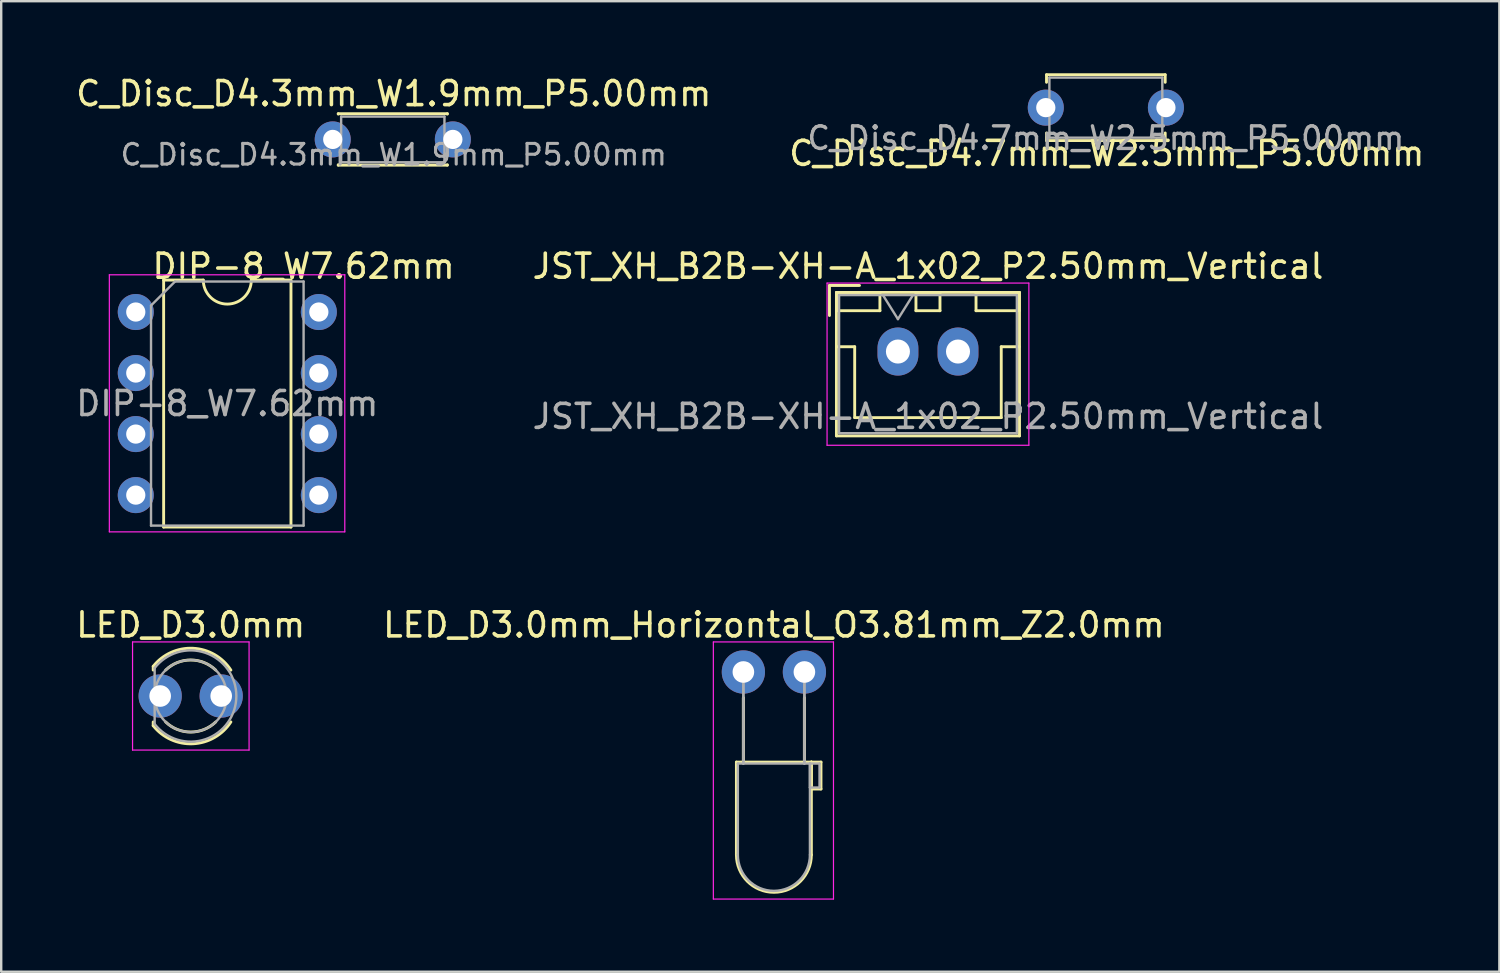
<source format=kicad_pcb>
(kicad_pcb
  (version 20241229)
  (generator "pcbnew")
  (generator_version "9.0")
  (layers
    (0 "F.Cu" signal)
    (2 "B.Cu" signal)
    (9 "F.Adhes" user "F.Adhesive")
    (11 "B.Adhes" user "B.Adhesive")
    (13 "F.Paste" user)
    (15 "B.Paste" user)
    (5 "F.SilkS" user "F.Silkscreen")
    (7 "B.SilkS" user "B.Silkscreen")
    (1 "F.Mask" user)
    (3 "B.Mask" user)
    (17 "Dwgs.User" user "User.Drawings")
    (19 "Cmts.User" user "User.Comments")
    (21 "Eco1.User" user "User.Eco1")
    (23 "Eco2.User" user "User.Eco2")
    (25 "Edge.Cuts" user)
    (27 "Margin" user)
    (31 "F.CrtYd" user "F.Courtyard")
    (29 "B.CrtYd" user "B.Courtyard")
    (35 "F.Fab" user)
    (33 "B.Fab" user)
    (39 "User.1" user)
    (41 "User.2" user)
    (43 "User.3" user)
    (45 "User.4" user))
  (footprint "DIP-8_W7.62mm"
    (layer "F.Cu")
    (at 2.601 9.937)
    (property "Reference" "DIP-8_W7.62mm" (at 6.985 -1.905 0) (layer "F.SilkS") (effects (font (size 1 1) (thickness 0.15))))
    (attr through_hole)
    (fp_line (start 1.16 -1.33) (end 1.16 8.95) (stroke (width 0.12) (type solid)) (layer "F.SilkS"))
    (fp_line (start 1.16 8.95) (end 6.46 8.95) (stroke (width 0.12) (type solid)) (layer "F.SilkS"))
    (fp_line (start 2.81 -1.33) (end 1.16 -1.33) (stroke (width 0.12) (type solid)) (layer "F.SilkS"))
    (fp_line (start 6.46 -1.33) (end 4.81 -1.33) (stroke (width 0.12) (type solid)) (layer "F.SilkS"))
    (fp_line (start 6.46 8.95) (end 6.46 -1.33) (stroke (width 0.12) (type solid)) (layer "F.SilkS"))
    (fp_arc (start 4.81 -1.33) (mid 3.81 -0.33) (end 2.81 -1.33) (stroke (width 0.12) (type solid)) (layer "F.SilkS"))
    (fp_line (start -1.1 -1.55) (end -1.1 9.15) (stroke (width 0.05) (type solid)) (layer "F.CrtYd"))
    (fp_line (start -1.1 9.15) (end 8.7 9.15) (stroke (width 0.05) (type solid)) (layer "F.CrtYd"))
    (fp_line (start 8.7 -1.55) (end -1.1 -1.55) (stroke (width 0.05) (type solid)) (layer "F.CrtYd"))
    (fp_line (start 8.7 9.15) (end 8.7 -1.55) (stroke (width 0.05) (type solid)) (layer "F.CrtYd"))
    (fp_line (start 0.635 -0.27) (end 1.635 -1.27) (stroke (width 0.1) (type solid)) (layer "F.Fab"))
    (fp_line (start 0.635 8.89) (end 0.635 -0.27) (stroke (width 0.1) (type solid)) (layer "F.Fab"))
    (fp_line (start 1.635 -1.27) (end 6.985 -1.27) (stroke (width 0.1) (type solid)) (layer "F.Fab"))
    (fp_line (start 6.985 -1.27) (end 6.985 8.89) (stroke (width 0.1) (type solid)) (layer "F.Fab"))
    (fp_line (start 6.985 8.89) (end 0.635 8.89) (stroke (width 0.1) (type solid)) (layer "F.Fab"))
    (fp_text user "${REFERENCE}" (at 3.81 3.81 0) (layer "F.Fab") (effects (font (size 1 1) (thickness 0.15))))
    (pad "1" thru_hole circle (at 0 0) (size 1.5 1.5) (drill 0.8) (layers "*.Cu" "*.Mask"))
    (pad "2" thru_hole circle (at 0 2.54) (size 1.5 1.5) (drill 0.8) (layers "*.Cu" "*.Mask"))
    (pad "3" thru_hole circle (at 0 5.08) (size 1.5 1.5) (drill 0.8) (layers "*.Cu" "*.Mask"))
    (pad "4" thru_hole circle (at 0 7.62) (size 1.5 1.5) (drill 0.8) (layers "*.Cu" "*.Mask"))
    (pad "5" thru_hole circle (at 7.62 7.62) (size 1.5 1.5) (drill 0.8) (layers "*.Cu" "*.Mask"))
    (pad "6" thru_hole circle (at 7.62 5.08) (size 1.5 1.5) (drill 0.8) (layers "*.Cu" "*.Mask"))
    (pad "7" thru_hole circle (at 7.62 2.54) (size 1.5 1.5) (drill 0.8) (layers "*.Cu" "*.Mask"))
    (pad "8" thru_hole circle (at 7.62 0) (size 1.5 1.5) (drill 0.8) (layers "*.Cu" "*.Mask")))
  (footprint "C_Disc_D4.7mm_W2.5mm_P5.00mm"
    (layer "F.Cu")
    (at 40.478 1.43)
    (property "Reference" "C_Disc_D4.7mm_W2.5mm_P5.00mm" (at 2.54 1.905 180) (layer "F.SilkS") (effects (font (size 1 1) (thickness 0.15))))
    (attr through_hole)
    (fp_line (start 0.03 -1.37) (end 0.03 -1.055) (stroke (width 0.12) (type solid)) (layer "F.SilkS"))
    (fp_line (start 0.03 -1.37) (end 4.97 -1.37) (stroke (width 0.12) (type solid)) (layer "F.SilkS"))
    (fp_line (start 0.03 1.055) (end 0.03 1.37) (stroke (width 0.12) (type solid)) (layer "F.SilkS"))
    (fp_line (start 0.03 1.37) (end 4.97 1.37) (stroke (width 0.12) (type solid)) (layer "F.SilkS"))
    (fp_line (start 4.97 -1.37) (end 4.97 -1.055) (stroke (width 0.12) (type solid)) (layer "F.SilkS"))
    (fp_line (start 4.97 1.055) (end 4.97 1.37) (stroke (width 0.12) (type solid)) (layer "F.SilkS"))
    (fp_line (start 0.15 -1.25) (end 0.15 1.25) (stroke (width 0.1) (type solid)) (layer "F.Fab"))
    (fp_line (start 0.15 1.25) (end 4.85 1.25) (stroke (width 0.1) (type solid)) (layer "F.Fab"))
    (fp_line (start 4.85 -1.25) (end 0.15 -1.25) (stroke (width 0.1) (type solid)) (layer "F.Fab"))
    (fp_line (start 4.85 1.25) (end 4.85 -1.25) (stroke (width 0.1) (type solid)) (layer "F.Fab"))
    (fp_text user "${REFERENCE}" (at 2.5 1.27 0) (layer "F.Fab") (effects (font (size 0.94 0.94) (thickness 0.141))))
    (pad "1" thru_hole circle (at 0 0) (size 1.5 1.5) (drill 0.8) (layers "*.Cu" "*.Mask"))
    (pad "2" thru_hole circle (at 5 0) (size 1.5 1.5) (drill 0.8) (layers "*.Cu" "*.Mask")))
  (footprint "LED_D3.0mm_Horizontal_O3.81mm_Z2.0mm"
    (layer "F.Cu")
    (at 27.891 24.92)
    (property "Reference" "LED_D3.0mm_Horizontal_O3.81mm_Z2.0mm" (at 1.27 -1.96 0) (layer "F.SilkS") (effects (font (size 1 1) (thickness 0.15))))
    (attr through_hole)
    (fp_line (start -0.29 3.75) (end -0.29 7.61) (stroke (width 0.12) (type solid)) (layer "F.SilkS"))
    (fp_line (start -0.29 3.75) (end 2.83 3.75) (stroke (width 0.12) (type solid)) (layer "F.SilkS"))
    (fp_line (start 0 1.08) (end 0 1.08) (stroke (width 0.12) (type solid)) (layer "F.SilkS"))
    (fp_line (start 0 1.08) (end 0 3.75) (stroke (width 0.12) (type solid)) (layer "F.SilkS"))
    (fp_line (start 0 3.75) (end 0 1.08) (stroke (width 0.12) (type solid)) (layer "F.SilkS"))
    (fp_line (start 0 3.75) (end 0 3.75) (stroke (width 0.12) (type solid)) (layer "F.SilkS"))
    (fp_line (start 2.54 1.08) (end 2.54 1.08) (stroke (width 0.12) (type solid)) (layer "F.SilkS"))
    (fp_line (start 2.54 1.08) (end 2.54 3.75) (stroke (width 0.12) (type solid)) (layer "F.SilkS"))
    (fp_line (start 2.54 3.75) (end 2.54 1.08) (stroke (width 0.12) (type solid)) (layer "F.SilkS"))
    (fp_line (start 2.54 3.75) (end 2.54 3.75) (stroke (width 0.12) (type solid)) (layer "F.SilkS"))
    (fp_line (start 2.83 3.75) (end 2.83 7.61) (stroke (width 0.12) (type solid)) (layer "F.SilkS"))
    (fp_line (start 2.83 3.75) (end 3.23 3.75) (stroke (width 0.12) (type solid)) (layer "F.SilkS"))
    (fp_line (start 2.83 4.87) (end 2.83 3.75) (stroke (width 0.12) (type solid)) (layer "F.SilkS"))
    (fp_line (start 3.23 3.75) (end 3.23 4.87) (stroke (width 0.12) (type solid)) (layer "F.SilkS"))
    (fp_line (start 3.23 4.87) (end 2.83 4.87) (stroke (width 0.12) (type solid)) (layer "F.SilkS"))
    (fp_arc (start 2.83 7.61) (mid 1.27 9.17) (end -0.29 7.61) (stroke (width 0.12) (type solid)) (layer "F.SilkS"))
    (fp_line (start -1.25 -1.25) (end -1.25 9.45) (stroke (width 0.05) (type solid)) (layer "F.CrtYd"))
    (fp_line (start -1.25 9.45) (end 3.75 9.45) (stroke (width 0.05) (type solid)) (layer "F.CrtYd"))
    (fp_line (start 3.75 -1.25) (end -1.25 -1.25) (stroke (width 0.05) (type solid)) (layer "F.CrtYd"))
    (fp_line (start 3.75 9.45) (end 3.75 -1.25) (stroke (width 0.05) (type solid)) (layer "F.CrtYd"))
    (fp_line (start -0.23 3.81) (end -0.23 7.61) (stroke (width 0.1) (type solid)) (layer "F.Fab"))
    (fp_line (start -0.23 3.81) (end 2.77 3.81) (stroke (width 0.1) (type solid)) (layer "F.Fab"))
    (fp_line (start 0 0) (end 0 0) (stroke (width 0.1) (type solid)) (layer "F.Fab"))
    (fp_line (start 0 0) (end 0 3.81) (stroke (width 0.1) (type solid)) (layer "F.Fab"))
    (fp_line (start 0 3.81) (end 0 0) (stroke (width 0.1) (type solid)) (layer "F.Fab"))
    (fp_line (start 0 3.81) (end 0 3.81) (stroke (width 0.1) (type solid)) (layer "F.Fab"))
    (fp_line (start 2.54 0) (end 2.54 0) (stroke (width 0.1) (type solid)) (layer "F.Fab"))
    (fp_line (start 2.54 0) (end 2.54 3.81) (stroke (width 0.1) (type solid)) (layer "F.Fab"))
    (fp_line (start 2.54 3.81) (end 2.54 0) (stroke (width 0.1) (type solid)) (layer "F.Fab"))
    (fp_line (start 2.54 3.81) (end 2.54 3.81) (stroke (width 0.1) (type solid)) (layer "F.Fab"))
    (fp_line (start 2.77 3.81) (end 2.77 7.61) (stroke (width 0.1) (type solid)) (layer "F.Fab"))
    (fp_line (start 2.77 3.81) (end 3.17 3.81) (stroke (width 0.1) (type solid)) (layer "F.Fab"))
    (fp_line (start 2.77 4.81) (end 2.77 3.81) (stroke (width 0.1) (type solid)) (layer "F.Fab"))
    (fp_line (start 3.17 3.81) (end 3.17 4.81) (stroke (width 0.1) (type solid)) (layer "F.Fab"))
    (fp_line (start 3.17 4.81) (end 2.77 4.81) (stroke (width 0.1) (type solid)) (layer "F.Fab"))
    (fp_arc (start 2.77 7.61) (mid 1.27 9.11) (end -0.23 7.61) (stroke (width 0.1) (type solid)) (layer "F.Fab"))
    (pad "1" thru_hole circle (at 0 0) (size 1.8 1.8) (drill 0.9) (layers "*.Cu" "*.Mask"))
    (pad "2" thru_hole circle (at 2.54 0) (size 1.8 1.8) (drill 0.9) (layers "*.Cu" "*.Mask")))
  (footprint "JST_XH_B2B-XH-A_1x02_P2.50mm_Vertical"
    (layer "F.Cu")
    (at 34.324 11.582)
    (property "Reference" "JST_XH_B2B-XH-A_1x02_P2.50mm_Vertical" (at 1.25 -3.55 0) (layer "F.SilkS") (effects (font (size 1 1) (thickness 0.15))))
    (attr through_hole)
    (fp_line (start -2.85 -2.75) (end -2.85 -1.5) (stroke (width 0.12) (type solid)) (layer "F.SilkS"))
    (fp_line (start -2.56 -2.46) (end -2.56 3.51) (stroke (width 0.12) (type solid)) (layer "F.SilkS"))
    (fp_line (start -2.56 3.51) (end 5.06 3.51) (stroke (width 0.12) (type solid)) (layer "F.SilkS"))
    (fp_line (start -2.55 -2.45) (end -2.55 -1.7) (stroke (width 0.12) (type solid)) (layer "F.SilkS"))
    (fp_line (start -2.55 -1.7) (end -0.75 -1.7) (stroke (width 0.12) (type solid)) (layer "F.SilkS"))
    (fp_line (start -2.55 -0.2) (end -1.8 -0.2) (stroke (width 0.12) (type solid)) (layer "F.SilkS"))
    (fp_line (start -1.8 -0.2) (end -1.8 2.75) (stroke (width 0.12) (type solid)) (layer "F.SilkS"))
    (fp_line (start -1.8 2.75) (end 1.25 2.75) (stroke (width 0.12) (type solid)) (layer "F.SilkS"))
    (fp_line (start -1.6 -2.75) (end -2.85 -2.75) (stroke (width 0.12) (type solid)) (layer "F.SilkS"))
    (fp_line (start -0.75 -2.45) (end -2.55 -2.45) (stroke (width 0.12) (type solid)) (layer "F.SilkS"))
    (fp_line (start -0.75 -1.7) (end -0.75 -2.45) (stroke (width 0.12) (type solid)) (layer "F.SilkS"))
    (fp_line (start 0.75 -2.45) (end 0.75 -1.7) (stroke (width 0.12) (type solid)) (layer "F.SilkS"))
    (fp_line (start 0.75 -1.7) (end 1.75 -1.7) (stroke (width 0.12) (type solid)) (layer "F.SilkS"))
    (fp_line (start 1.75 -2.45) (end 0.75 -2.45) (stroke (width 0.12) (type solid)) (layer "F.SilkS"))
    (fp_line (start 1.75 -1.7) (end 1.75 -2.45) (stroke (width 0.12) (type solid)) (layer "F.SilkS"))
    (fp_line (start 3.25 -2.45) (end 3.25 -1.7) (stroke (width 0.12) (type solid)) (layer "F.SilkS"))
    (fp_line (start 3.25 -1.7) (end 5.05 -1.7) (stroke (width 0.12) (type solid)) (layer "F.SilkS"))
    (fp_line (start 4.3 -0.2) (end 4.3 2.75) (stroke (width 0.12) (type solid)) (layer "F.SilkS"))
    (fp_line (start 4.3 2.75) (end 1.25 2.75) (stroke (width 0.12) (type solid)) (layer "F.SilkS"))
    (fp_line (start 5.05 -2.45) (end 3.25 -2.45) (stroke (width 0.12) (type solid)) (layer "F.SilkS"))
    (fp_line (start 5.05 -1.7) (end 5.05 -2.45) (stroke (width 0.12) (type solid)) (layer "F.SilkS"))
    (fp_line (start 5.05 -0.2) (end 4.3 -0.2) (stroke (width 0.12) (type solid)) (layer "F.SilkS"))
    (fp_line (start 5.06 -2.46) (end -2.56 -2.46) (stroke (width 0.12) (type solid)) (layer "F.SilkS"))
    (fp_line (start 5.06 3.51) (end 5.06 -2.46) (stroke (width 0.12) (type solid)) (layer "F.SilkS"))
    (fp_line (start -2.95 -2.85) (end -2.95 3.9) (stroke (width 0.05) (type solid)) (layer "F.CrtYd"))
    (fp_line (start -2.95 3.9) (end 5.45 3.9) (stroke (width 0.05) (type solid)) (layer "F.CrtYd"))
    (fp_line (start 5.45 -2.85) (end -2.95 -2.85) (stroke (width 0.05) (type solid)) (layer "F.CrtYd"))
    (fp_line (start 5.45 3.9) (end 5.45 -2.85) (stroke (width 0.05) (type solid)) (layer "F.CrtYd"))
    (fp_line (start -2.45 -2.35) (end -2.45 3.4) (stroke (width 0.1) (type solid)) (layer "F.Fab"))
    (fp_line (start -2.45 3.4) (end 4.95 3.4) (stroke (width 0.1) (type solid)) (layer "F.Fab"))
    (fp_line (start -0.625 -2.35) (end 0 -1.35) (stroke (width 0.1) (type solid)) (layer "F.Fab"))
    (fp_line (start 0 -1.35) (end 0.625 -2.35) (stroke (width 0.1) (type solid)) (layer "F.Fab"))
    (fp_line (start 4.95 -2.35) (end -2.45 -2.35) (stroke (width 0.1) (type solid)) (layer "F.Fab"))
    (fp_line (start 4.95 3.4) (end 4.95 -2.35) (stroke (width 0.1) (type solid)) (layer "F.Fab"))
    (fp_text user "${REFERENCE}" (at 1.25 2.7 0) (layer "F.Fab") (effects (font (size 1 1) (thickness 0.15))))
    (pad "1" thru_hole oval (at 0 0) (size 1.7 2) (drill 1) (layers "*.Cu" "*.Mask"))
    (pad "2" thru_hole oval (at 2.5 0) (size 1.7 2) (drill 1) (layers "*.Cu" "*.Mask")))
  (footprint "LED_D3.0mm"
    (layer "F.Cu")
    (at 3.617 25.92)
    (property "Reference" "LED_D3.0mm" (at 1.27 -2.96 0) (layer "F.SilkS") (effects (font (size 1 1) (thickness 0.15))))
    (attr through_hole)
    (fp_line (start -0.29 -1.236) (end -0.29 -1.08) (stroke (width 0.12) (type solid)) (layer "F.SilkS"))
    (fp_line (start -0.29 1.08) (end -0.29 1.236) (stroke (width 0.12) (type solid)) (layer "F.SilkS"))
    (fp_arc (start -0.29 -1.235516) (mid 1.366487 -1.987659) (end 2.942335 -1.078608) (stroke (width 0.12) (type solid)) (layer "F.SilkS"))
    (fp_arc (start 0.229039 -1.08) (mid 1.270117 -1.5) (end 2.31113 -1.079837) (stroke (width 0.12) (type solid)) (layer "F.SilkS"))
    (fp_arc (start 2.31113 1.079837) (mid 1.270117 1.5) (end 0.229039 1.08) (stroke (width 0.12) (type solid)) (layer "F.SilkS"))
    (fp_arc (start 2.942335 1.078608) (mid 1.366487 1.987659) (end -0.29 1.235516) (stroke (width 0.12) (type solid)) (layer "F.SilkS"))
    (fp_line (start -1.15 -2.25) (end -1.15 2.25) (stroke (width 0.05) (type solid)) (layer "F.CrtYd"))
    (fp_line (start -1.15 2.25) (end 3.7 2.25) (stroke (width 0.05) (type solid)) (layer "F.CrtYd"))
    (fp_line (start 3.7 -2.25) (end -1.15 -2.25) (stroke (width 0.05) (type solid)) (layer "F.CrtYd"))
    (fp_line (start 3.7 2.25) (end 3.7 -2.25) (stroke (width 0.05) (type solid)) (layer "F.CrtYd"))
    (fp_line (start -0.23 -1.166) (end -0.23 1.166) (stroke (width 0.1) (type solid)) (layer "F.Fab"))
    (fp_arc (start -0.23 -1.16619) (mid 3.17 0.000452) (end -0.230555 1.165476) (stroke (width 0.1) (type solid)) (layer "F.Fab"))
    (fp_circle (center 1.27 0) (end 2.77 0) (stroke (width 0.1) (type solid)) (fill no) (layer "F.Fab"))
    (pad "1" thru_hole circle (at 0 0) (size 1.8 1.8) (drill 0.9) (layers "*.Cu" "*.Mask"))
    (pad "2" thru_hole circle (at 2.54 0) (size 1.8 1.8) (drill 0.9) (layers "*.Cu" "*.Mask")))
  (footprint "C_Disc_D4.3mm_W1.9mm_P5.00mm"
    (layer "F.Cu")
    (at 10.799 2.753)
    (property "Reference" "C_Disc_D4.3mm_W1.9mm_P5.00mm" (at 2.54 -1.905 0) (layer "F.SilkS") (effects (font (size 1 1) (thickness 0.15))))
    (attr through_hole)
    (fp_line (start 0.23 -1.07) (end 0.23 -1.055) (stroke (width 0.12) (type solid)) (layer "F.SilkS"))
    (fp_line (start 0.23 -1.07) (end 4.77 -1.07) (stroke (width 0.12) (type solid)) (layer "F.SilkS"))
    (fp_line (start 0.23 1.055) (end 0.23 1.07) (stroke (width 0.12) (type solid)) (layer "F.SilkS"))
    (fp_line (start 0.23 1.07) (end 4.77 1.07) (stroke (width 0.12) (type solid)) (layer "F.SilkS"))
    (fp_line (start 4.77 -1.07) (end 4.77 -1.055) (stroke (width 0.12) (type solid)) (layer "F.SilkS"))
    (fp_line (start 4.77 1.055) (end 4.77 1.07) (stroke (width 0.12) (type solid)) (layer "F.SilkS"))
    (fp_line (start 0.35 -0.95) (end 0.35 0.95) (stroke (width 0.1) (type solid)) (layer "F.Fab"))
    (fp_line (start 0.35 0.95) (end 4.65 0.95) (stroke (width 0.1) (type solid)) (layer "F.Fab"))
    (fp_line (start 4.65 -0.95) (end 0.35 -0.95) (stroke (width 0.1) (type solid)) (layer "F.Fab"))
    (fp_line (start 4.65 0.95) (end 4.65 -0.95) (stroke (width 0.1) (type solid)) (layer "F.Fab"))
    (fp_text user "${REFERENCE}" (at 2.54 0.635 180) (layer "F.Fab") (effects (font (size 0.86 0.86) (thickness 0.129))))
    (pad "1" thru_hole circle (at 0 0) (size 1.5 1.5) (drill 0.8) (layers "*.Cu" "*.Mask"))
    (pad "2" thru_hole circle (at 5 0) (size 1.5 1.5) (drill 0.8) (layers "*.Cu" "*.Mask")))
  (gr_rect
    (start -3 -3)
    (end 59.357 37.395)
    (stroke (width 0.1) (type default))
    (fill no)
    (layer "Edge.Cuts")))
</source>
